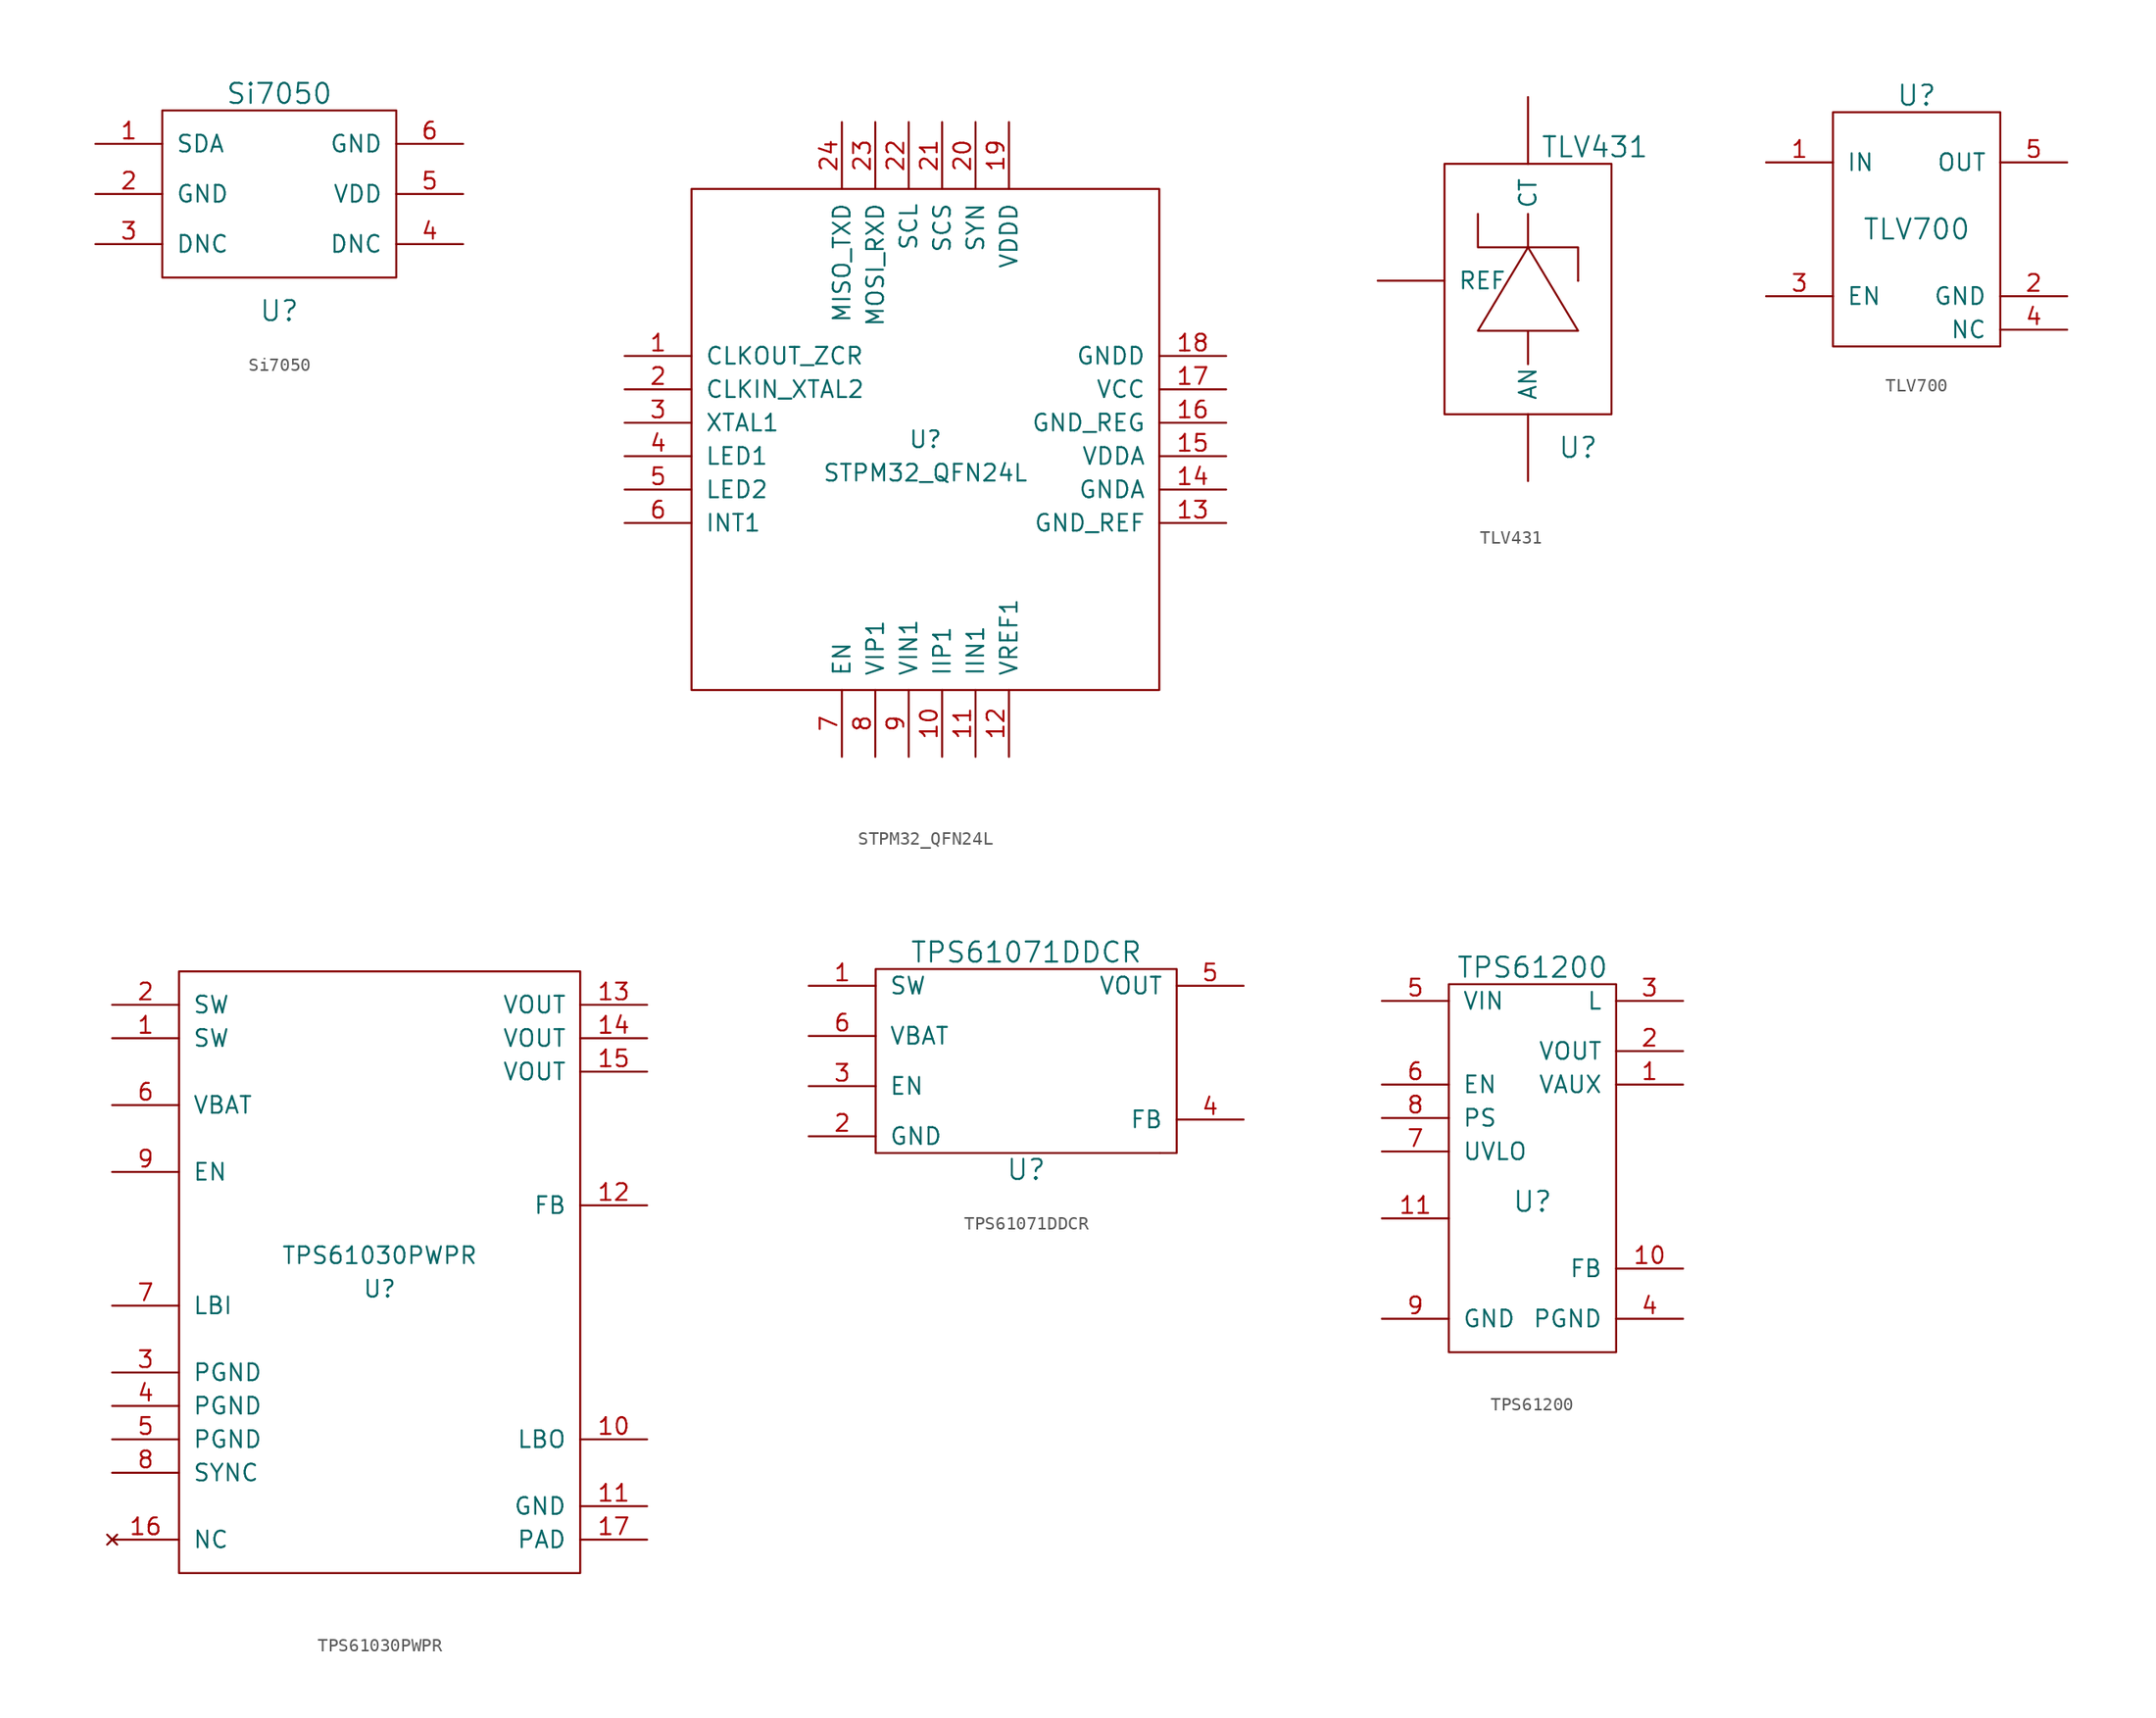
<source format=kicad_sym>
(kicad_symbol_lib
  (version 20211014)
  (generator kicad_symbol_editor)
  (symbol "Si7050"
    (pin_names
      (offset 1.016))
    (property "Reference" "U"
      (at 0 -8.89 0)
      (effects (font (size 1.524 1.524))))
    (property "Value" "Si7050"
      (at 0 7.62 0)
      (effects (font (size 1.524 1.524))))
    (property "Footprint" ""
      (at 2.54 1.27 0)
      (effects (font (size 1.524 1.524))))
    (property "Datasheet" ""
      (at 2.54 1.27 0)
      (effects (font (size 1.524 1.524))))
    (symbol "Si7050_0_1"
      (rectangle (start -8.89 6.35) (end 8.89 -6.35) (stroke (width 0) (type default) (color 0 0 0 0)) (fill (type none))))
    (symbol "Si7050_1_1"
      (pin input line (at -13.97 3.81 0) (length 5.08) (name "SDA" (effects (font (size 1.27 1.27)))) (number "1" (effects (font (size 1.27 1.27)))))
      (pin input line (at -13.97 0 0) (length 5.08) (name "GND" (effects (font (size 1.27 1.27)))) (number "2" (effects (font (size 1.27 1.27)))))
      (pin input line (at -13.97 -3.81 0) (length 5.08) (name "DNC" (effects (font (size 1.27 1.27)))) (number "3" (effects (font (size 1.27 1.27)))))
      (pin input line (at 13.97 -3.81 180) (length 5.08) (name "DNC" (effects (font (size 1.27 1.27)))) (number "4" (effects (font (size 1.27 1.27)))))
      (pin input line (at 13.97 0 180) (length 5.08) (name "VDD" (effects (font (size 1.27 1.27)))) (number "5" (effects (font (size 1.27 1.27)))))
      (pin input line (at 13.97 3.81 180) (length 5.08) (name "GND" (effects (font (size 1.27 1.27)))) (number "6" (effects (font (size 1.27 1.27)))))))
  (symbol "STPM32_QFN24L"
    (pin_names
      (offset 1.016))
    (property "Reference" "U"
      (at 0 0 0)
      (effects (font (size 1.27 1.27))))
    (property "Value" "STPM32_QFN24L"
      (at 0 -2.54 0)
      (effects (font (size 1.27 1.27))))
    (symbol "STPM32_QFN24L_0_1"
      (rectangle (start -17.78 19.05) (end 17.78 -19.05) (stroke (width 0) (type default) (color 0 0 0 0)) (fill (type none))))
    (symbol "STPM32_QFN24L_1_1"
      (pin input line (at -22.86 6.35 0) (length 5.08) (name "CLKOUT_ZCR" (effects (font (size 1.27 1.27)))) (number "1" (effects (font (size 1.27 1.27)))))
      (pin output line (at 1.27 -24.13 90) (length 5.08) (name "IIP1" (effects (font (size 1.27 1.27)))) (number "10" (effects (font (size 1.27 1.27)))))
      (pin output line (at 3.81 -24.13 90) (length 5.08) (name "IIN1" (effects (font (size 1.27 1.27)))) (number "11" (effects (font (size 1.27 1.27)))))
      (pin input line (at 6.35 -24.13 90) (length 5.08) (name "VREF1" (effects (font (size 1.27 1.27)))) (number "12" (effects (font (size 1.27 1.27)))))
      (pin input line (at 22.86 -6.35 180) (length 5.08) (name "GND_REF" (effects (font (size 1.27 1.27)))) (number "13" (effects (font (size 1.27 1.27)))))
      (pin output line (at 22.86 -3.81 180) (length 5.08) (name "GNDA" (effects (font (size 1.27 1.27)))) (number "14" (effects (font (size 1.27 1.27)))))
      (pin output line (at 22.86 -1.27 180) (length 5.08) (name "VDDA" (effects (font (size 1.27 1.27)))) (number "15" (effects (font (size 1.27 1.27)))))
      (pin input line (at 22.86 1.27 180) (length 5.08) (name "GND_REG" (effects (font (size 1.27 1.27)))) (number "16" (effects (font (size 1.27 1.27)))))
      (pin input line (at 22.86 3.81 180) (length 5.08) (name "VCC" (effects (font (size 1.27 1.27)))) (number "17" (effects (font (size 1.27 1.27)))))
      (pin input line (at 22.86 6.35 180) (length 5.08) (name "GNDD" (effects (font (size 1.27 1.27)))) (number "18" (effects (font (size 1.27 1.27)))))
      (pin input line (at 6.35 24.13 270) (length 5.08) (name "VDDD" (effects (font (size 1.27 1.27)))) (number "19" (effects (font (size 1.27 1.27)))))
      (pin input line (at -22.86 3.81 0) (length 5.08) (name "CLKIN_XTAL2" (effects (font (size 1.27 1.27)))) (number "2" (effects (font (size 1.27 1.27)))))
      (pin output line (at 3.81 24.13 270) (length 5.08) (name "SYN" (effects (font (size 1.27 1.27)))) (number "20" (effects (font (size 1.27 1.27)))))
      (pin input line (at 1.27 24.13 270) (length 5.08) (name "SCS" (effects (font (size 1.27 1.27)))) (number "21" (effects (font (size 1.27 1.27)))))
      (pin input line (at -1.27 24.13 270) (length 5.08) (name "SCL" (effects (font (size 1.27 1.27)))) (number "22" (effects (font (size 1.27 1.27)))))
      (pin input line (at -3.81 24.13 270) (length 5.08) (name "MOSI_RXD" (effects (font (size 1.27 1.27)))) (number "23" (effects (font (size 1.27 1.27)))))
      (pin output line (at -6.35 24.13 270) (length 5.08) (name "MISO_TXD" (effects (font (size 1.27 1.27)))) (number "24" (effects (font (size 1.27 1.27)))))
      (pin input line (at -22.86 1.27 0) (length 5.08) (name "XTAL1" (effects (font (size 1.27 1.27)))) (number "3" (effects (font (size 1.27 1.27)))))
      (pin output line (at -22.86 -1.27 0) (length 5.08) (name "LED1" (effects (font (size 1.27 1.27)))) (number "4" (effects (font (size 1.27 1.27)))))
      (pin output line (at -22.86 -3.81 0) (length 5.08) (name "LED2" (effects (font (size 1.27 1.27)))) (number "5" (effects (font (size 1.27 1.27)))))
      (pin input line (at -22.86 -6.35 0) (length 5.08) (name "INT1" (effects (font (size 1.27 1.27)))) (number "6" (effects (font (size 1.27 1.27)))))
      (pin input line (at -6.35 -24.13 90) (length 5.08) (name "EN" (effects (font (size 1.27 1.27)))) (number "7" (effects (font (size 1.27 1.27)))))
      (pin input line (at -3.81 -24.13 90) (length 5.08) (name "VIP1" (effects (font (size 1.27 1.27)))) (number "8" (effects (font (size 1.27 1.27)))))
      (pin input line (at -1.27 -24.13 90) (length 5.08) (name "VIN1" (effects (font (size 1.27 1.27)))) (number "9" (effects (font (size 1.27 1.27)))))))
  (symbol "TLV431"
    (pin_names
      (offset 1.016))
    (property "Reference" "U"
      (at 3.81 -12.7 0)
      (effects (font (size 1.524 1.524))))
    (property "Value" "TLV431"
      (at 5.08 10.16 0)
      (effects (font (size 1.524 1.524))))
    (symbol "TLV431_0_1"
      (rectangle (start -6.35 8.89) (end 6.35 -10.16) (stroke (width 0) (type default) (color 0 0 0 0)) (fill (type none)))
      (polyline (pts (xy 0 -3.81) (xy 0 -6.35)) (stroke (width 0) (type default) (color 0 0 0 0)) (fill (type none)))
      (polyline (pts (xy 0 2.54) (xy 0 5.08)) (stroke (width 0) (type default) (color 0 0 0 0)) (fill (type none)))
      (polyline (pts (xy 3.81 0) (xy 3.81 0)) (stroke (width 0) (type default) (color 0 0 0 0)) (fill (type none)))
      (polyline (pts (xy -3.81 5.08) (xy -3.81 2.54) (xy 3.81 2.54) (xy 3.81 0)) (stroke (width 0) (type default) (color 0 0 0 0)) (fill (type none)))
      (polyline (pts (xy 0 2.54) (xy -3.81 -3.81) (xy 3.81 -3.81) (xy 0 2.54)) (stroke (width 0) (type default) (color 0 0 0 0)) (fill (type none))))
    (symbol "TLV431_1_1"
      (pin input line (at 0 -15.24 90) (length 5.08) (name "AN" (effects (font (size 1.27 1.27)))) (number "~" (effects (font (size 1.27 1.27)))))
      (pin input line (at 0 13.97 270) (length 5.08) (name "CT" (effects (font (size 1.27 1.27)))) (number "~" (effects (font (size 1.27 1.27)))))
      (pin input line (at -11.43 0 0) (length 5.08) (name "REF" (effects (font (size 1.27 1.27)))) (number "~" (effects (font (size 1.27 1.27)))))))
  (symbol "TLV700"
    (pin_names
      (offset 1.016))
    (property "Reference" "U"
      (at 0 10.16 0)
      (effects (font (size 1.524 1.524))))
    (property "Value" "TLV700"
      (at 0 0 0)
      (effects (font (size 1.524 1.524))))
    (property "Footprint" ""
      (at 0 0 0)
      (effects (font (size 1.524 1.524))))
    (property "Datasheet" ""
      (at 0 0 0)
      (effects (font (size 1.524 1.524))))
    (symbol "TLV700_0_1"
      (rectangle (start 6.35 -8.89) (end -6.35 8.89) (stroke (width 0) (type default) (color 0 0 0 0)) (fill (type none))))
    (symbol "TLV700_1_1"
      (pin input line (at -11.43 5.08 0) (length 5.08) (name "IN" (effects (font (size 1.27 1.27)))) (number "1" (effects (font (size 1.27 1.27)))))
      (pin input line (at 11.43 -5.08 180) (length 5.08) (name "GND" (effects (font (size 1.27 1.27)))) (number "2" (effects (font (size 1.27 1.27)))))
      (pin input line (at -11.43 -5.08 0) (length 5.08) (name "EN" (effects (font (size 1.27 1.27)))) (number "3" (effects (font (size 1.27 1.27)))))
      (pin input line (at 11.43 -7.62 180) (length 5.08) (name "NC" (effects (font (size 1.27 1.27)))) (number "4" (effects (font (size 1.27 1.27)))))
      (pin input line (at 11.43 5.08 180) (length 5.08) (name "OUT" (effects (font (size 1.27 1.27)))) (number "5" (effects (font (size 1.27 1.27)))))))
  (symbol "TPS61030PWPR"
    (pin_names
      (offset 1.016))
    (property "Reference" "U"
      (at 0 -1.27 0)
      (effects (font (size 1.27 1.27))))
    (property "Value" "TPS61030PWPR"
      (at 0 1.27 0)
      (effects (font (size 1.27 1.27))))
    (symbol "TPS61030PWPR_0_1"
      (rectangle (start -15.24 22.86) (end 15.24 -22.86) (stroke (width 0) (type default) (color 0 0 0 0)) (fill (type none))))
    (symbol "TPS61030PWPR_1_1"
      (pin output line (at -20.32 17.78 0) (length 5.08) (name "SW" (effects (font (size 1.27 1.27)))) (number "1" (effects (font (size 1.27 1.27)))))
      (pin input line (at 20.32 -12.7 180) (length 5.08) (name "LBO" (effects (font (size 1.27 1.27)))) (number "10" (effects (font (size 1.27 1.27)))))
      (pin input line (at 20.32 -17.78 180) (length 5.08) (name "GND" (effects (font (size 1.27 1.27)))) (number "11" (effects (font (size 1.27 1.27)))))
      (pin input line (at 20.32 5.08 180) (length 5.08) (name "FB" (effects (font (size 1.27 1.27)))) (number "12" (effects (font (size 1.27 1.27)))))
      (pin output line (at 20.32 20.32 180) (length 5.08) (name "VOUT" (effects (font (size 1.27 1.27)))) (number "13" (effects (font (size 1.27 1.27)))))
      (pin input line (at 20.32 17.78 180) (length 5.08) (name "VOUT" (effects (font (size 1.27 1.27)))) (number "14" (effects (font (size 1.27 1.27)))))
      (pin input line (at 20.32 15.24 180) (length 5.08) (name "VOUT" (effects (font (size 1.27 1.27)))) (number "15" (effects (font (size 1.27 1.27)))))
      (pin no_connect line (at -20.32 -20.32 0) (length 5.08) (name "NC" (effects (font (size 1.27 1.27)))) (number "16" (effects (font (size 1.27 1.27)))))
      (pin input line (at 20.32 -20.32 180) (length 5.08) (name "PAD" (effects (font (size 1.27 1.27)))) (number "17" (effects (font (size 1.27 1.27)))))
      (pin input line (at -20.32 20.32 0) (length 5.08) (name "SW" (effects (font (size 1.27 1.27)))) (number "2" (effects (font (size 1.27 1.27)))))
      (pin output line (at -20.32 -7.62 0) (length 5.08) (name "PGND" (effects (font (size 1.27 1.27)))) (number "3" (effects (font (size 1.27 1.27)))))
      (pin input line (at -20.32 -10.16 0) (length 5.08) (name "PGND" (effects (font (size 1.27 1.27)))) (number "4" (effects (font (size 1.27 1.27)))))
      (pin input line (at -20.32 -12.7 0) (length 5.08) (name "PGND" (effects (font (size 1.27 1.27)))) (number "5" (effects (font (size 1.27 1.27)))))
      (pin input line (at -20.32 12.7 0) (length 5.08) (name "VBAT" (effects (font (size 1.27 1.27)))) (number "6" (effects (font (size 1.27 1.27)))))
      (pin input line (at -20.32 -2.54 0) (length 5.08) (name "LBI" (effects (font (size 1.27 1.27)))) (number "7" (effects (font (size 1.27 1.27)))))
      (pin input line (at -20.32 -15.24 0) (length 5.08) (name "SYNC" (effects (font (size 1.27 1.27)))) (number "8" (effects (font (size 1.27 1.27)))))
      (pin input line (at -20.32 7.62 0) (length 5.08) (name "EN" (effects (font (size 1.27 1.27)))) (number "9" (effects (font (size 1.27 1.27)))))))
  (symbol "TPS61071DDCR"
    (pin_names
      (offset 1.016))
    (property "Reference" "U"
      (at 0 -8.89 0)
      (effects (font (size 1.524 1.524))))
    (property "Value" "TPS61071DDCR"
      (at 0 7.62 0)
      (effects (font (size 1.524 1.524))))
    (property "Footprint" ""
      (at -1.27 0 0)
      (effects (font (size 1.524 1.524))))
    (property "Datasheet" ""
      (at -1.27 0 0)
      (effects (font (size 1.524 1.524))))
    (symbol "TPS61071DDCR_0_1"
      (rectangle (start -11.43 6.35) (end 11.43 -7.62) (stroke (width 0) (type default) (color 0 0 0 0)) (fill (type none)))
      (rectangle (start 10.16 -7.62) (end 10.16 -7.62) (stroke (width 0) (type default) (color 0 0 0 0)) (fill (type none))))
    (symbol "TPS61071DDCR_1_1"
      (pin output line (at -16.51 5.08 0) (length 5.08) (name "SW" (effects (font (size 1.27 1.27)))) (number "1" (effects (font (size 1.27 1.27)))))
      (pin input line (at -16.51 -6.35 0) (length 5.08) (name "GND" (effects (font (size 1.27 1.27)))) (number "2" (effects (font (size 1.27 1.27)))))
      (pin input line (at -16.51 -2.54 0) (length 5.08) (name "EN" (effects (font (size 1.27 1.27)))) (number "3" (effects (font (size 1.27 1.27)))))
      (pin input line (at 16.51 -5.08 180) (length 5.08) (name "FB" (effects (font (size 1.27 1.27)))) (number "4" (effects (font (size 1.27 1.27)))))
      (pin input line (at 16.51 5.08 180) (length 5.08) (name "VOUT" (effects (font (size 1.27 1.27)))) (number "5" (effects (font (size 1.27 1.27)))))
      (pin input line (at -16.51 1.27 0) (length 5.08) (name "VBAT" (effects (font (size 1.27 1.27)))) (number "6" (effects (font (size 1.27 1.27)))))))
  (symbol "TPS61200"
    (pin_names
      (offset 1.016))
    (property "Reference" "U"
      (at 0 -6.35 0)
      (effects (font (size 1.524 1.524))))
    (property "Value" "TPS61200"
      (at 0 11.43 0)
      (effects (font (size 1.524 1.524))))
    (symbol "TPS61200_0_1"
      (rectangle (start -6.35 10.16) (end 6.35 -17.78) (stroke (width 0) (type default) (color 0 0 0 0)) (fill (type none))))
    (symbol "TPS61200_1_1"
      (pin input line (at 11.43 2.54 180) (length 5.08) (name "VAUX" (effects (font (size 1.27 1.27)))) (number "1" (effects (font (size 1.27 1.27)))))
      (pin input line (at 11.43 -11.43 180) (length 5.08) (name "FB" (effects (font (size 1.27 1.27)))) (number "10" (effects (font (size 1.27 1.27)))))
      (pin input line (at -11.43 -7.62 0) (length 5.08) (name "~" (effects (font (size 1.27 1.27)))) (number "11" (effects (font (size 1.27 1.27)))))
      (pin input line (at 11.43 5.08 180) (length 5.08) (name "VOUT" (effects (font (size 1.27 1.27)))) (number "2" (effects (font (size 1.27 1.27)))))
      (pin passive line (at 11.43 8.89 180) (length 5.08) (name "L" (effects (font (size 1.27 1.27)))) (number "3" (effects (font (size 1.27 1.27)))))
      (pin input line (at 11.43 -15.24 180) (length 5.08) (name "PGND" (effects (font (size 1.27 1.27)))) (number "4" (effects (font (size 1.27 1.27)))))
      (pin input line (at -11.43 8.89 0) (length 5.08) (name "VIN" (effects (font (size 1.27 1.27)))) (number "5" (effects (font (size 1.27 1.27)))))
      (pin input line (at -11.43 2.54 0) (length 5.08) (name "EN" (effects (font (size 1.27 1.27)))) (number "6" (effects (font (size 1.27 1.27)))))
      (pin input line (at -11.43 -2.54 0) (length 5.08) (name "UVLO" (effects (font (size 1.27 1.27)))) (number "7" (effects (font (size 1.27 1.27)))))
      (pin input line (at -11.43 0 0) (length 5.08) (name "PS" (effects (font (size 1.27 1.27)))) (number "8" (effects (font (size 1.27 1.27)))))
      (pin input line (at -11.43 -15.24 0) (length 5.08) (name "GND" (effects (font (size 1.27 1.27)))) (number "9" (effects (font (size 1.27 1.27))))))))
</source>
